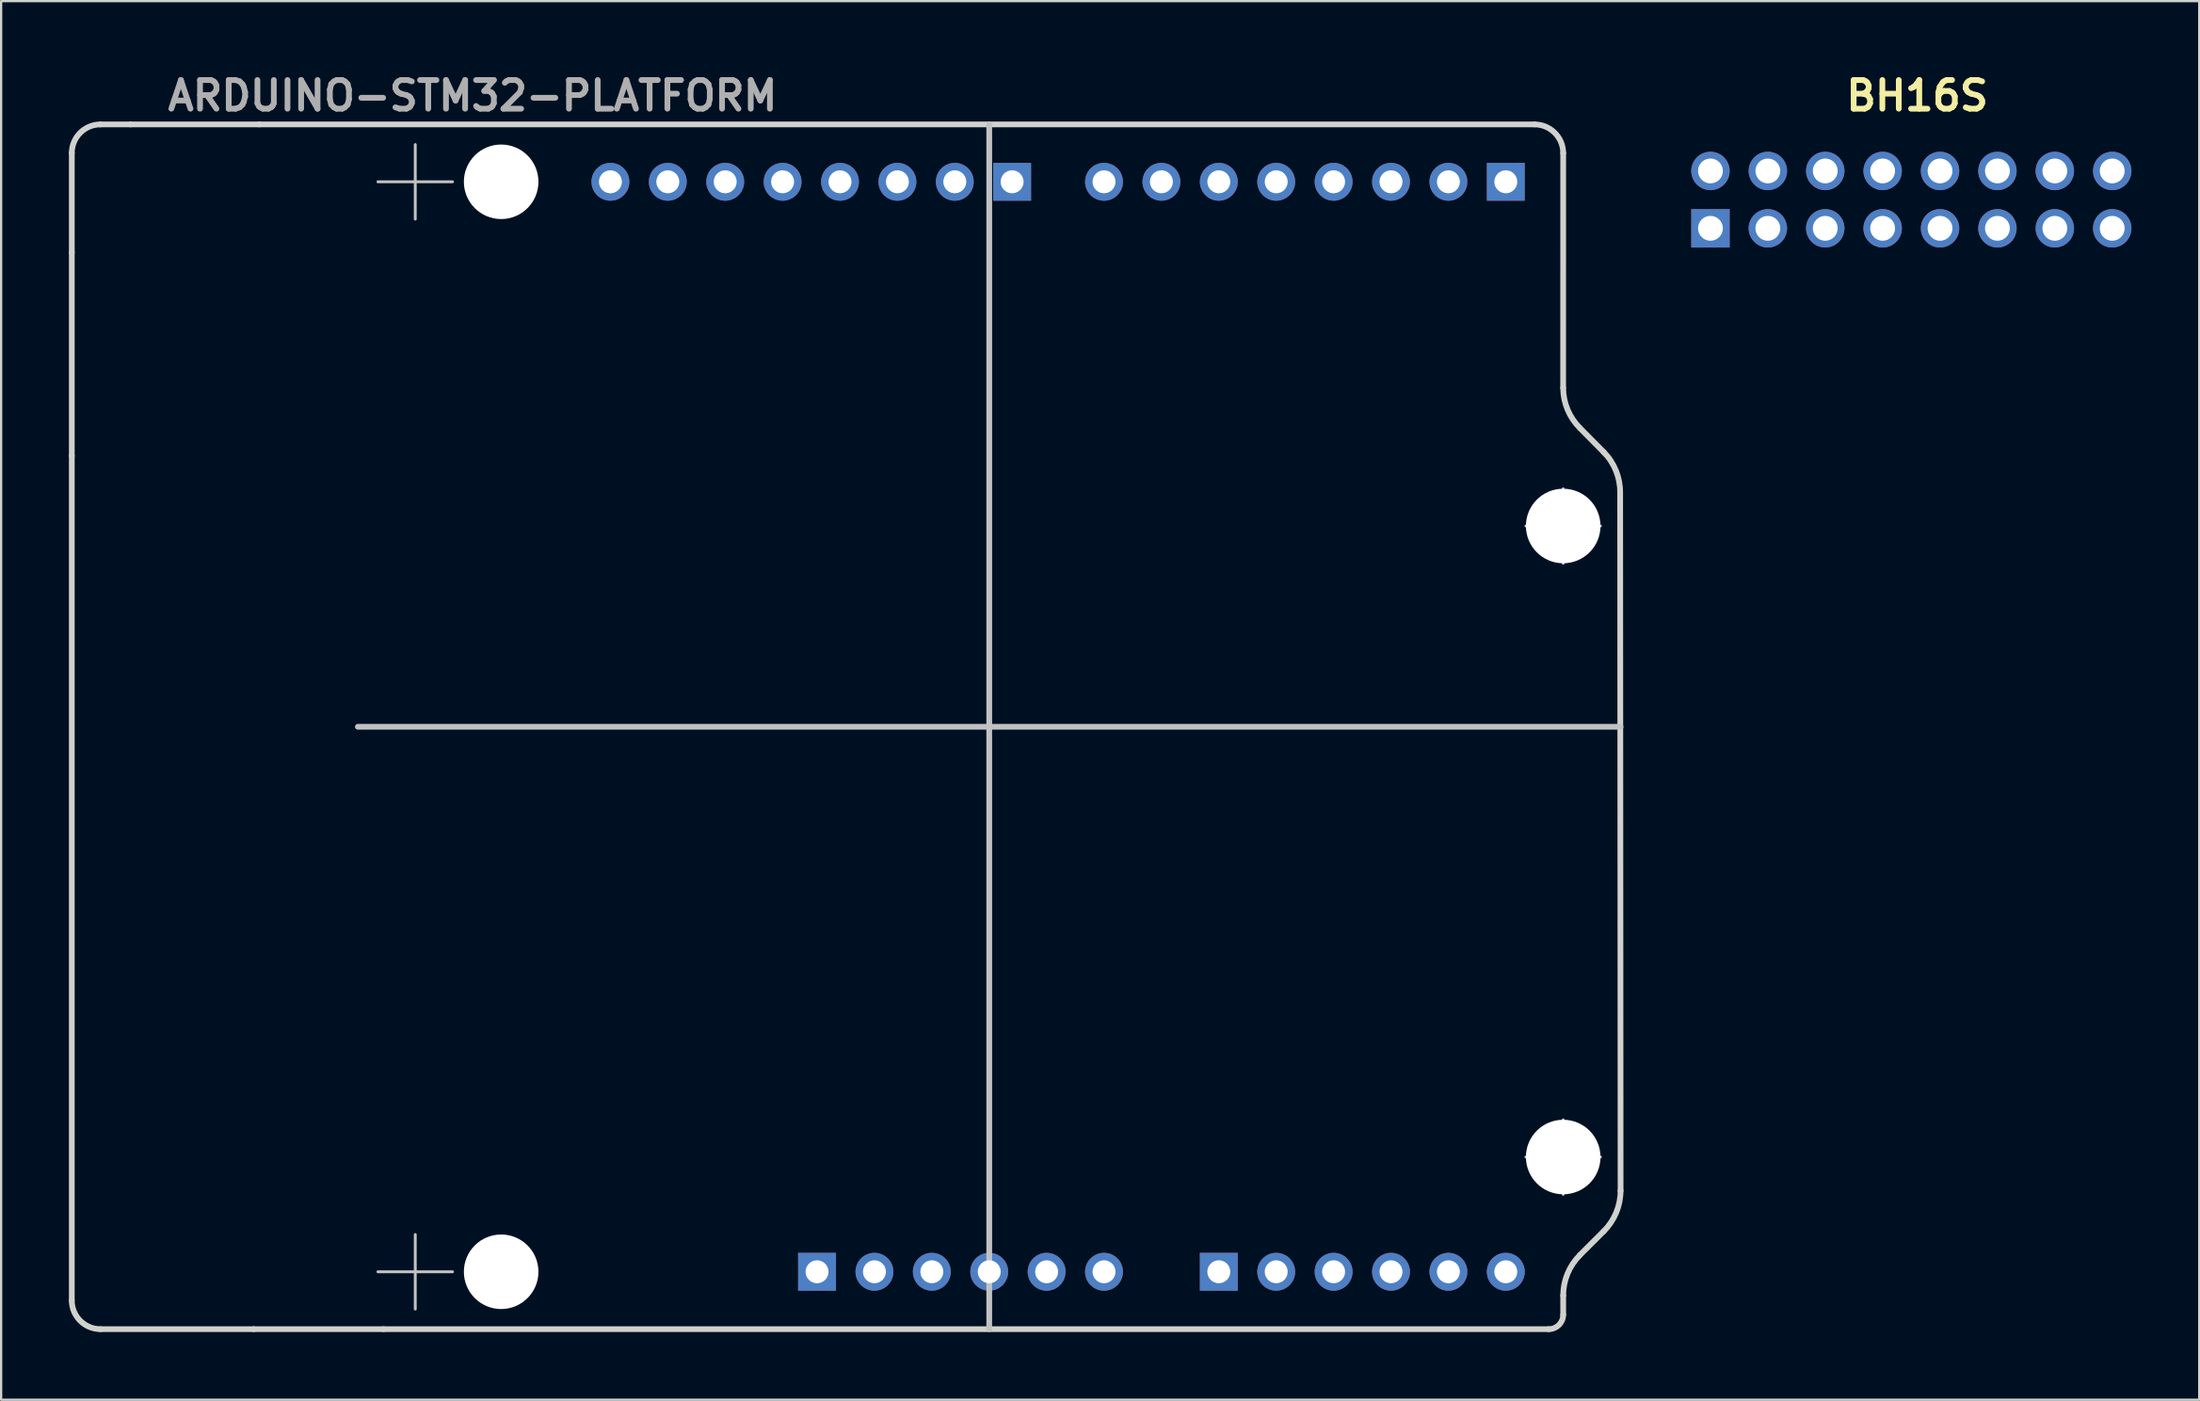
<source format=kicad_pcb>
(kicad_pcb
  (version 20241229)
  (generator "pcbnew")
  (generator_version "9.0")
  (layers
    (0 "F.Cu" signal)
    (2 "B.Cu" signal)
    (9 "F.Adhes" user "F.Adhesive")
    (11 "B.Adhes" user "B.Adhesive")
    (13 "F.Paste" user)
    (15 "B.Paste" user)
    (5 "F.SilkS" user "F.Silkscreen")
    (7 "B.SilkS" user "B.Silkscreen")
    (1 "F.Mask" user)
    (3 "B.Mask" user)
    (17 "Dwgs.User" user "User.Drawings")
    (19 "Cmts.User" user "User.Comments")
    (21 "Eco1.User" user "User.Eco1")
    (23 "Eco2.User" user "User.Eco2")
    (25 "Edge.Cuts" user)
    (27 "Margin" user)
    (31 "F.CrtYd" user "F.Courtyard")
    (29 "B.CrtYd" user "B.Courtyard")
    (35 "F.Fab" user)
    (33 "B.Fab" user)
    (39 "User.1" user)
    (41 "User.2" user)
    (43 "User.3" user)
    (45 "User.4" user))
  (footprint "BH16S"
    (layer "F.Cu")
    (at 81.534 5.789)
    (property "Reference" "BH16S" (at 0.26 -4.6 0) (layer "F.SilkS") (effects (font (size 1.27 1.27) (thickness 0.254))))
    (attr smd)
    (pad "1" thru_hole rect (at -8.89 1.27) (size 1.7 1.7) (drill 1.1) (layers "*.Cu" "*.Mask"))
    (pad "2" thru_hole circle (at -8.89 -1.27) (size 1.7 1.7) (drill 1.1) (layers "*.Cu" "*.Mask"))
    (pad "3" thru_hole circle (at -6.35 1.27) (size 1.7 1.7) (drill 1.1) (layers "*.Cu" "*.Mask"))
    (pad "4" thru_hole circle (at -6.35 -1.27) (size 1.7 1.7) (drill 1.1) (layers "*.Cu" "*.Mask"))
    (pad "5" thru_hole circle (at -3.81 1.27) (size 1.7 1.7) (drill 1.1) (layers "*.Cu" "*.Mask"))
    (pad "6" thru_hole circle (at -3.81 -1.27) (size 1.7 1.7) (drill 1.1) (layers "*.Cu" "*.Mask"))
    (pad "7" thru_hole circle (at -1.27 1.27) (size 1.7 1.7) (drill 1.1) (layers "*.Cu" "*.Mask"))
    (pad "8" thru_hole circle (at -1.27 -1.27) (size 1.7 1.7) (drill 1.1) (layers "*.Cu" "*.Mask"))
    (pad "9" thru_hole circle (at 1.27 1.27) (size 1.7 1.7) (drill 1.1) (layers "*.Cu" "*.Mask"))
    (pad "10" thru_hole circle (at 1.27 -1.27) (size 1.7 1.7) (drill 1.1) (layers "*.Cu" "*.Mask"))
    (pad "11" thru_hole circle (at 3.81 1.27) (size 1.7 1.7) (drill 1.1) (layers "*.Cu" "*.Mask"))
    (pad "12" thru_hole circle (at 3.81 -1.27) (size 1.7 1.7) (drill 1.1) (layers "*.Cu" "*.Mask"))
    (pad "13" thru_hole circle (at 6.35 1.27) (size 1.7 1.7) (drill 1.1) (layers "*.Cu" "*.Mask"))
    (pad "14" thru_hole circle (at 6.35 -1.27) (size 1.7 1.7) (drill 1.1) (layers "*.Cu" "*.Mask"))
    (pad "15" thru_hole circle (at 8.89 1.27) (size 1.7 1.7) (drill 1.1) (layers "*.Cu" "*.Mask"))
    (pad "16" thru_hole circle (at 8.89 -1.27) (size 1.7 1.7) (drill 1.1) (layers "*.Cu" "*.Mask")))
  (footprint "ARDUINO-STM32-PLATFORM"
    (layer "F.Cu")
    (at 40.728 29.129)
    (property "Reference" "ARDUINO-STM32-PLATFORM" (at -22.861 -27.94 0) (layer "F.Fab") (effects (font (size 1.27 1.27) (thickness 0.254))))
    (attr exclude_from_pos_files exclude_from_bom)
    (fp_line (start -27.941 0) (end 27.939 0) (stroke (width 0.254) (type solid)) (layer "Dwgs.User"))
    (fp_line (start -27.052 -24.13) (end -23.753 -24.13) (stroke (width 0.127) (type solid)) (layer "Dwgs.User"))
    (fp_line (start -27.052 24.13) (end -23.753 24.13) (stroke (width 0.127) (type solid)) (layer "Dwgs.User"))
    (fp_line (start -25.401 -22.479) (end -25.401 -25.778) (stroke (width 0.127) (type solid)) (layer "Dwgs.User"))
    (fp_line (start -25.401 25.781) (end -25.401 22.482) (stroke (width 0.127) (type solid)) (layer "Dwgs.User"))
    (fp_line (start -0.001 26.67) (end -0.001 -26.67) (stroke (width 0.254) (type solid)) (layer "Dwgs.User"))
    (fp_line (start 23.748 -8.89) (end 27.047 -8.89) (stroke (width 0.127) (type solid)) (layer "Dwgs.User"))
    (fp_line (start 23.748 19.05) (end 27.047 19.05) (stroke (width 0.127) (type solid)) (layer "Dwgs.User"))
    (fp_line (start 25.399 -7.239) (end 25.399 -10.538) (stroke (width 0.127) (type solid)) (layer "Dwgs.User"))
    (fp_line (start 25.399 20.701) (end 25.399 17.402) (stroke (width 0.127) (type solid)) (layer "Dwgs.User"))
    (fp_line (start -40.601 -21) (end -40.601 -25.4) (stroke (width 0.254) (type solid)) (layer "Edge.Cuts"))
    (fp_line (start -40.601 -12) (end -40.601 -21) (stroke (width 0.254) (type solid)) (layer "Edge.Cuts"))
    (fp_line (start -40.601 25.4) (end -40.601 -12) (stroke (width 0.254) (type solid)) (layer "Edge.Cuts"))
    (fp_line (start -39.331 -26.67) (end -38 -26.67) (stroke (width 0.254) (type solid)) (layer "Edge.Cuts"))
    (fp_line (start -38 -26.67) (end -32.3 -26.67) (stroke (width 0.254) (type solid)) (layer "Edge.Cuts"))
    (fp_line (start -32.55 26.67) (end -39.331 26.67) (stroke (width 0.254) (type solid)) (layer "Edge.Cuts"))
    (fp_line (start -32.3 -26.67) (end 24.129 -26.67) (stroke (width 0.254) (type solid)) (layer "Edge.Cuts"))
    (fp_line (start -26.8 26.67) (end -32.55 26.67) (stroke (width 0.254) (type solid)) (layer "Edge.Cuts"))
    (fp_line (start 24.764 26.67) (end -26.8 26.67) (stroke (width 0.254) (type solid)) (layer "Edge.Cuts"))
    (fp_line (start 25.399 -25.4) (end 25.397 -15.006) (stroke (width 0.254) (type solid)) (layer "Edge.Cuts"))
    (fp_line (start 25.399 25.184) (end 25.399 26.035) (stroke (width 0.254) (type solid)) (layer "Edge.Cuts"))
    (fp_line (start 26.14 -13.226) (end 27.196 -12.159) (stroke (width 0.254) (type solid)) (layer "Edge.Cuts"))
    (fp_line (start 27.195 22.334) (end 26.14 23.388) (stroke (width 0.254) (type solid)) (layer "Edge.Cuts"))
    (fp_line (start 27.92 -10.361) (end 27.939 20.538) (stroke (width 0.254) (type solid)) (layer "Edge.Cuts"))
    (fp_arc (start -40.60127 -25.4) (mid -40.229296 -26.298026) (end -39.33127 -26.67) (stroke (width 0.254) (type solid)) (layer "Edge.Cuts"))
    (fp_arc (start -39.33127 26.67) (mid -40.229296 26.298026) (end -40.60127 25.4) (stroke (width 0.254) (type solid)) (layer "Edge.Cuts"))
    (fp_arc (start 24.12873 -26.67) (mid 25.026756 -26.298026) (end 25.39873 -25.4) (stroke (width 0.254) (type solid)) (layer "Edge.Cuts"))
    (fp_arc (start 25.39873 25.1841) (mid 25.591561 24.213329) (end 26.140774 23.389956) (stroke (width 0.254) (type solid)) (layer "Edge.Cuts"))
    (fp_arc (start 25.39873 26.035) (mid 25.212743 26.484013) (end 24.76373 26.67) (stroke (width 0.254) (type solid)) (layer "Edge.Cuts"))
    (fp_arc (start 26.14041 -13.22578) (mid 25.593351 -14.042796) (end 25.397363 -15.00632) (stroke (width 0.254) (type solid)) (layer "Edge.Cuts"))
    (fp_arc (start 27.195505 -12.15898) (mid 27.737014 -11.332089) (end 27.919525 -10.360662) (stroke (width 0.254) (type solid)) (layer "Edge.Cuts"))
    (fp_arc (start 27.93873 20.53844) (mid 27.745384 21.510456) (end 27.194781 22.334491) (stroke (width 0.254) (type solid)) (layer "Edge.Cuts"))
    (pad "" np_thru_hole circle (at -21.6 -24.13) (size 3.3 3.3) (drill 3.3) (layers "*.Cu" "*.Mask"))
    (pad "" np_thru_hole circle (at -21.6 24.13) (size 3.3 3.3) (drill 3.3) (layers "*.Cu" "*.Mask"))
    (pad "" np_thru_hole circle (at 25.399 -8.89) (size 3.3 3.3) (drill 3.3) (layers "*.Cu" "*.Mask"))
    (pad "" np_thru_hole circle (at 25.399 19.05) (size 3.3 3.3) (drill 3.3) (layers "*.Cu" "*.Mask"))
    (pad "1" thru_hole rect (at -7.621 24.13) (size 1.676 1.676) (drill 1.016) (layers "*.Cu" "*.Mask"))
    (pad "2" thru_hole circle (at -5.081 24.13) (size 1.676 1.676) (drill 1.016) (layers "*.Cu" "*.Mask"))
    (pad "3" thru_hole circle (at -2.541 24.13) (size 1.676 1.676) (drill 1.016) (layers "*.Cu" "*.Mask"))
    (pad "4" thru_hole circle (at -0.001 24.13) (size 1.676 1.676) (drill 1.016) (layers "*.Cu" "*.Mask"))
    (pad "5" thru_hole circle (at 2.539 24.13) (size 1.676 1.676) (drill 1.016) (layers "*.Cu" "*.Mask"))
    (pad "6" thru_hole circle (at 5.079 24.13) (size 1.676 1.676) (drill 1.016) (layers "*.Cu" "*.Mask"))
    (pad "7" thru_hole rect (at 10.159 24.13) (size 1.676 1.676) (drill 1.016) (layers "*.Cu" "*.Mask"))
    (pad "8" thru_hole circle (at 12.699 24.13) (size 1.676 1.676) (drill 1.016) (layers "*.Cu" "*.Mask"))
    (pad "9" thru_hole circle (at 15.239 24.13) (size 1.676 1.676) (drill 1.016) (layers "*.Cu" "*.Mask"))
    (pad "10" thru_hole circle (at 17.779 24.13) (size 1.676 1.676) (drill 1.016) (layers "*.Cu" "*.Mask"))
    (pad "11" thru_hole circle (at 20.319 24.13) (size 1.676 1.676) (drill 1.016) (layers "*.Cu" "*.Mask"))
    (pad "12" thru_hole circle (at 22.859 24.13) (size 1.676 1.676) (drill 1.016) (layers "*.Cu" "*.Mask"))
    (pad "13" thru_hole rect (at 22.859 -24.13) (size 1.676 1.676) (drill 1.016) (layers "*.Cu" "*.Mask"))
    (pad "14" thru_hole circle (at 20.319 -24.13) (size 1.676 1.676) (drill 1.016) (layers "*.Cu" "*.Mask"))
    (pad "15" thru_hole circle (at 17.779 -24.13) (size 1.676 1.676) (drill 1.016) (layers "*.Cu" "*.Mask"))
    (pad "16" thru_hole circle (at 15.239 -24.13) (size 1.676 1.676) (drill 1.016) (layers "*.Cu" "*.Mask"))
    (pad "17" thru_hole circle (at 12.699 -24.13) (size 1.676 1.676) (drill 1.016) (layers "*.Cu" "*.Mask"))
    (pad "18" thru_hole circle (at 10.159 -24.13) (size 1.676 1.676) (drill 1.016) (layers "*.Cu" "*.Mask"))
    (pad "19" thru_hole circle (at 7.619 -24.13) (size 1.676 1.676) (drill 1.016) (layers "*.Cu" "*.Mask"))
    (pad "20" thru_hole circle (at 5.079 -24.13) (size 1.676 1.676) (drill 1.016) (layers "*.Cu" "*.Mask"))
    (pad "21" thru_hole rect (at 1.012 -24.13) (size 1.676 1.676) (drill 1.016) (layers "*.Cu" "*.Mask"))
    (pad "22" thru_hole circle (at -1.525 -24.13) (size 1.676 1.676) (drill 1.016) (layers "*.Cu" "*.Mask"))
    (pad "23" thru_hole circle (at -4.065 -24.13) (size 1.676 1.676) (drill 1.016) (layers "*.Cu" "*.Mask"))
    (pad "24" thru_hole circle (at -6.605 -24.13) (size 1.676 1.676) (drill 1.016) (layers "*.Cu" "*.Mask"))
    (pad "25" thru_hole circle (at -9.145 -24.13) (size 1.676 1.676) (drill 1.016) (layers "*.Cu" "*.Mask"))
    (pad "26" thru_hole circle (at -11.685 -24.13) (size 1.676 1.676) (drill 1.016) (layers "*.Cu" "*.Mask"))
    (pad "27" thru_hole circle (at -14.225 -24.13) (size 1.676 1.676) (drill 1.016) (layers "*.Cu" "*.Mask"))
    (pad "28" thru_hole circle (at -16.765 -24.13) (size 1.676 1.676) (drill 1.016) (layers "*.Cu" "*.Mask")))
  (gr_rect
    (start -3 -3)
    (end 94.274 58.926)
    (stroke (width 0.1) (type default))
    (fill no)
    (layer "Edge.Cuts")))
</source>
